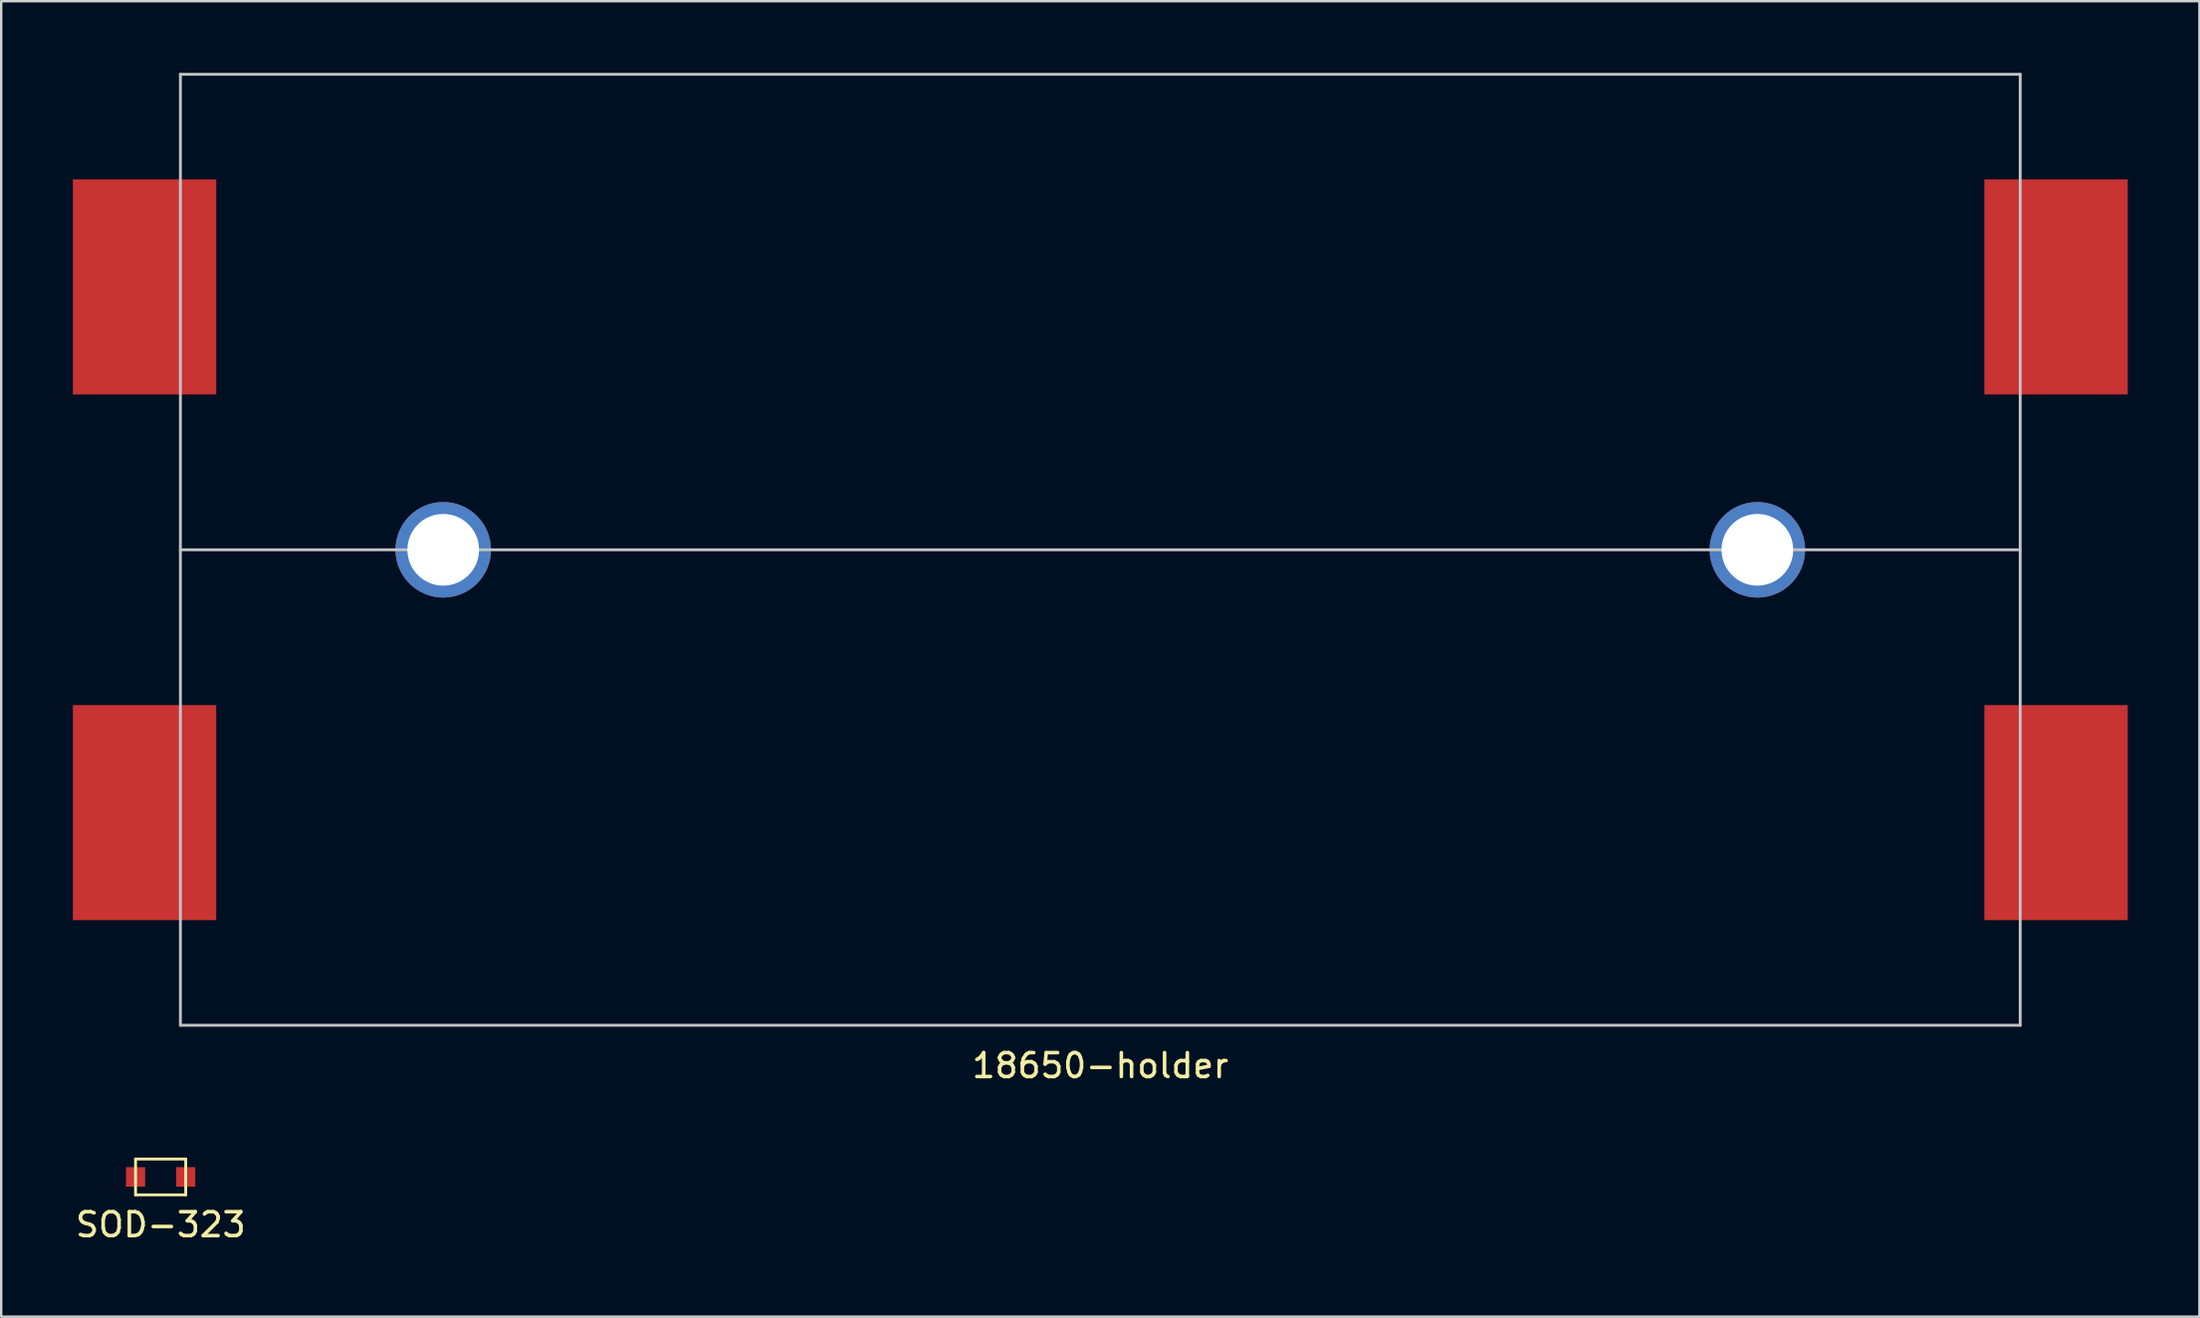
<source format=kicad_pcb>
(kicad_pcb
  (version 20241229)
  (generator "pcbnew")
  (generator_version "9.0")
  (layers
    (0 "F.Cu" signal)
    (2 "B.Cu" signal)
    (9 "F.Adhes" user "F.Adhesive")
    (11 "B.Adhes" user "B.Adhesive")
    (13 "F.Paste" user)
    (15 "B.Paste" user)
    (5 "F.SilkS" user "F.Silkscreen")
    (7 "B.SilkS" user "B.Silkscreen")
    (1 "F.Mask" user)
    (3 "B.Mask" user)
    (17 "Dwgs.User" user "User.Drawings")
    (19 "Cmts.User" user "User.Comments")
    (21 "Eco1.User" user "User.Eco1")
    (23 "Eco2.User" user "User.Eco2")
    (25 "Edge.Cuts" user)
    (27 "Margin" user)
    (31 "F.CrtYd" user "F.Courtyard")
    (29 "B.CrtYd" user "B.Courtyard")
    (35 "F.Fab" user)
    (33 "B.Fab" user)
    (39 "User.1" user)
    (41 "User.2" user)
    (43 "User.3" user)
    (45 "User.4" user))
  (footprint "SOD-323"
    (layer "F.Cu")
    (at 3.673 46.208)
    (property "Reference" "SOD-323" (at 0 2 0) (layer "F.SilkS") (effects (font (size 1 1) (thickness 0.15))))
    (attr smd)
    (fp_line (start -1.05 -0.75) (end 1.05 -0.75) (stroke (width 0.12) (type solid)) (layer "F.SilkS"))
    (fp_line (start -1.05 0.75) (end -1.05 -0.75) (stroke (width 0.12) (type solid)) (layer "F.SilkS"))
    (fp_line (start 1.05 -0.75) (end 1.05 0.75) (stroke (width 0.12) (type solid)) (layer "F.SilkS"))
    (fp_line (start 1.05 0.75) (end -1.05 0.75) (stroke (width 0.12) (type solid)) (layer "F.SilkS"))
    (pad "1" smd rect (at -1.05 0) (size 0.8 0.82) (layers "F.Cu" "F.Mask" "F.Paste"))
    (pad "2" smd rect (at 1.05 0) (size 0.8 0.82) (layers "F.Cu" "F.Mask" "F.Paste")))
  (footprint "18650-holder"
    (layer "F.Cu")
    (at 43 19.96)
    (property "Reference" "18650-holder" (at 0 21.59 0) (layer "F.SilkS") (effects (font (size 1 1) (thickness 0.15))))
    (attr through_hole)
    (fp_line (start -38.5 -19.9) (end -38.5 19.9) (stroke (width 0.12) (type solid)) (layer "Dwgs.User"))
    (fp_line (start 38.5 -19.9) (end -38.5 -19.9) (stroke (width 0.12) (type solid)) (layer "Dwgs.User"))
    (fp_line (start 38.5 0) (end -38.5 0) (stroke (width 0.12) (type solid)) (layer "Dwgs.User"))
    (fp_line (start 38.5 19.9) (end -38.5 19.9) (stroke (width 0.12) (type solid)) (layer "Dwgs.User"))
    (fp_line (start 38.5 19.9) (end 38.5 -19.9) (stroke (width 0.12) (type solid)) (layer "Dwgs.User"))
    (pad "-1" thru_hole circle (at -27.5 0) (size 4 4) (drill 3) (layers "*.Cu" "*.Mask"))
    (pad "-1" thru_hole circle (at 27.5 0) (size 4 4) (drill 3) (layers "*.Cu" "*.Mask"))
    (pad "1" smd rect (at 40 11) (size 6 9) (layers "F.Cu" "F.Mask" "F.Paste"))
    (pad "2" smd rect (at -40 11) (size 6 9) (layers "F.Cu" "F.Mask" "F.Paste"))
    (pad "3" smd rect (at 40 -11) (size 6 9) (layers "F.Cu" "F.Mask" "F.Paste"))
    (pad "4" smd rect (at -40 -11) (size 6 9) (layers "F.Cu" "F.Mask" "F.Paste")))
  (gr_rect
    (start -3 -3)
    (end 89 52.056)
    (stroke (width 0.1) (type default))
    (fill no)
    (layer "Edge.Cuts")))
</source>
